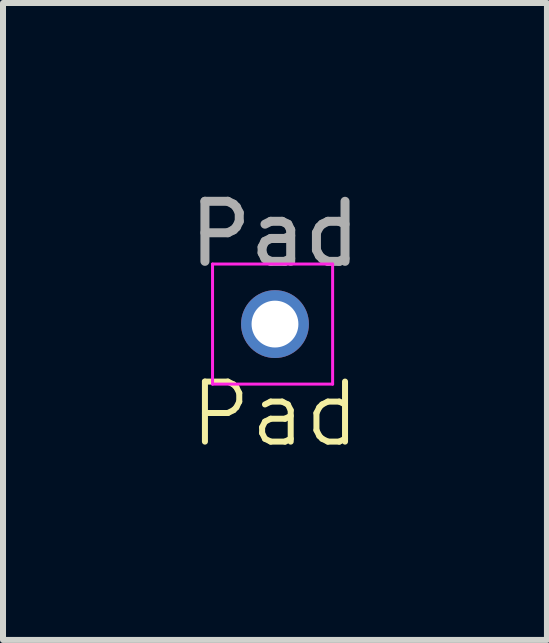
<source format=kicad_pcb>
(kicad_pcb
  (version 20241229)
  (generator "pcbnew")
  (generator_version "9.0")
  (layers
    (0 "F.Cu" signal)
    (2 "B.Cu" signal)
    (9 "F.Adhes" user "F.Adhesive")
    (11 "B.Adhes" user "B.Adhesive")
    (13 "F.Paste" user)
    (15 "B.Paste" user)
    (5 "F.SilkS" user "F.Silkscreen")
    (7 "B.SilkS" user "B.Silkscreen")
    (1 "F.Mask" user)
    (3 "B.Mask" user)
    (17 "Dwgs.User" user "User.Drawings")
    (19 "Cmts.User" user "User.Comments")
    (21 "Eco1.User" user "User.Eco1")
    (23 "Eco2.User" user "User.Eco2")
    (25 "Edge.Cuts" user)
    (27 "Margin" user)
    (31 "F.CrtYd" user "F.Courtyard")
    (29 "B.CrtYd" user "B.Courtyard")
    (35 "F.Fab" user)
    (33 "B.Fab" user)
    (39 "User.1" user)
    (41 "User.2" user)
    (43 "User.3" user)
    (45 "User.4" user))
  (footprint "Pad"
    (layer "F.Cu")
    (at 1.53 2.348)
    (property "Reference" "Pad" (at 0 1.5 0) (unlocked yes) (layer "F.SilkS") (effects (font (size 1 1) (thickness 0.1))))
    (attr smd)
    (fp_line (start -1.04 -1) (end -1.04 1) (stroke (width 0.05) (type solid)) (layer "F.CrtYd"))
    (fp_line (start -1.04 -1) (end 0.96 -1) (stroke (width 0.05) (type solid)) (layer "F.CrtYd"))
    (fp_line (start -1.04 1) (end 0.96 1) (stroke (width 0.05) (type solid)) (layer "F.CrtYd"))
    (fp_line (start 0.96 -1) (end 0.96 1) (stroke (width 0.05) (type solid)) (layer "F.CrtYd"))
    (fp_text user "${REFERENCE}" (at 0 -1.5 0) (unlocked yes) (layer "F.Fab") (effects (font (size 1 1) (thickness 0.15))))
    (pad "1" thru_hole circle (at 0 0 90) (size 1.13 1.13) (drill 0.78) (layers "*.Cu" "*.Mask")))
  (gr_rect
    (start -3 -3)
    (end 6.06 7.609)
    (stroke (width 0.1) (type default))
    (fill no)
    (layer "Edge.Cuts")))
</source>
